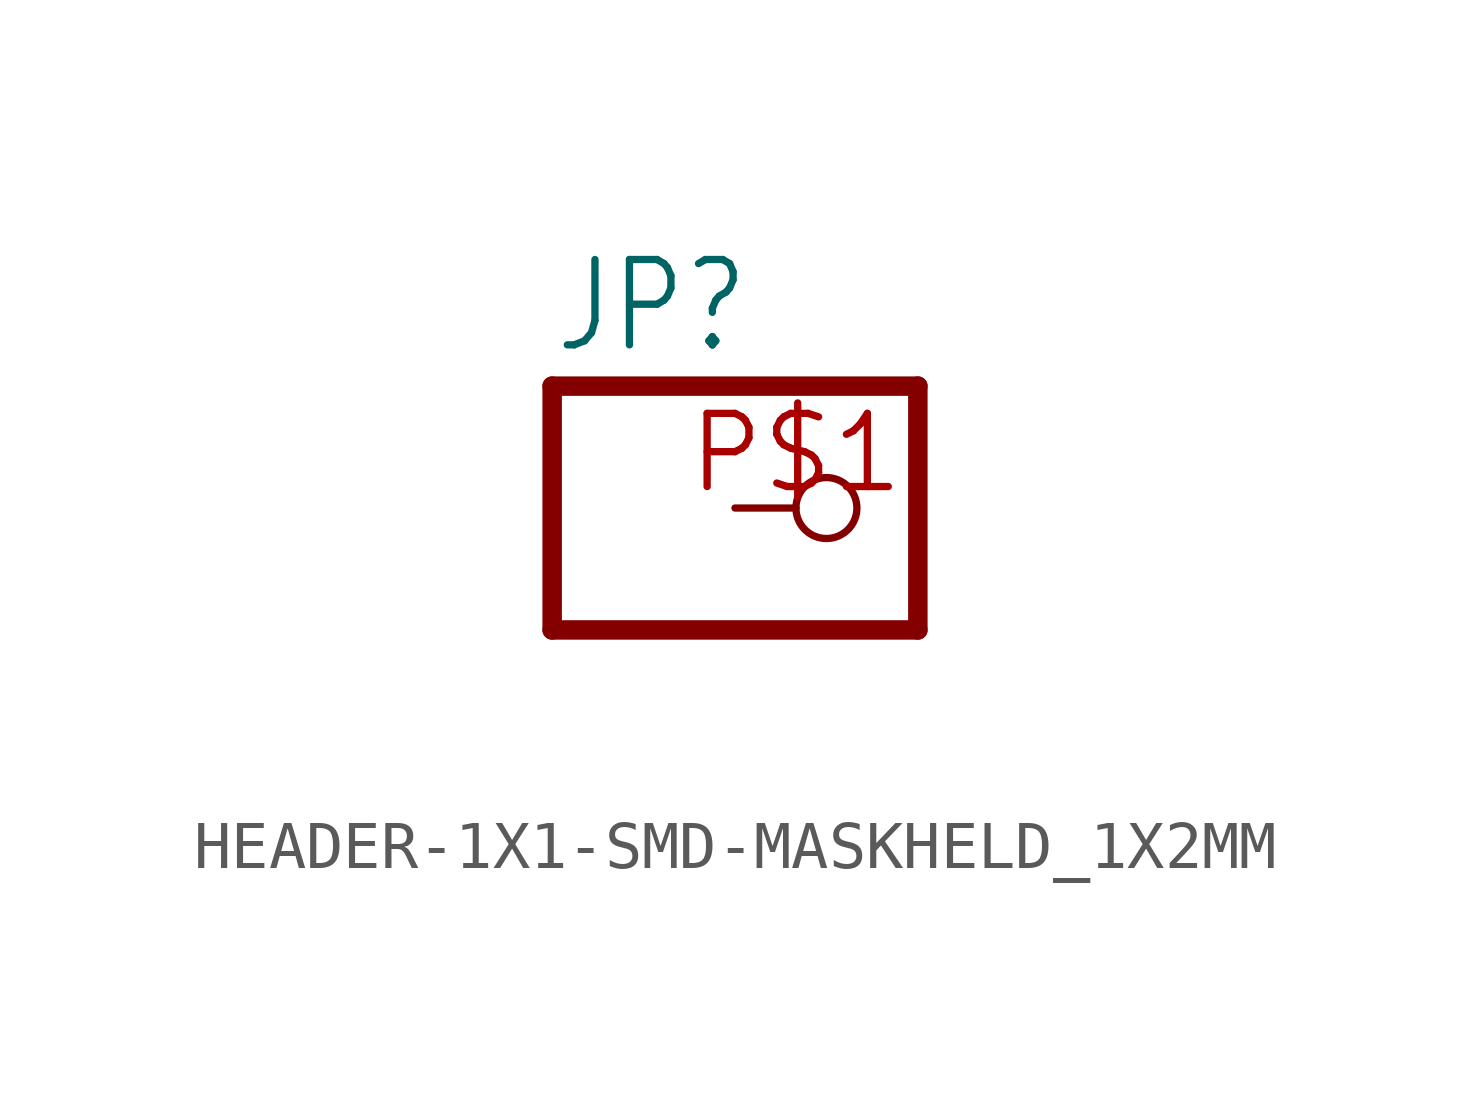
<source format=kicad_sym>
(kicad_symbol_lib
  (version 20241209)
  (generator "kicad_symbol_editor")
  (generator_version "9.0")
  (symbol "HEADER-1X1-SMD-MASKHELD_1X2MM"
    (property "Reference" "JP"
      (at -6.35 3.175 0)
      (effects (font (size 1.778 1.511)) (justify left bottom)))
    (property "Value" ""
      (at -6.35 -5.08 0)
      (effects (font (size 1.778 1.511)) (justify left bottom)))
    (property "ki_locked" ""
      (at 0 0 0)
      (effects (font (size 1.27 1.27))))
    (symbol "HEADER-1X1-SMD-MASKHELD_1X2MM_1_0"
      (polyline (pts (xy -6.35 2.54) (xy -6.35 -2.54)) (stroke (width 0.406) (type solid)) (fill (type none)))
      (polyline (pts (xy -6.35 -2.54) (xy 1.27 -2.54)) (stroke (width 0.406) (type solid)) (fill (type none)))
      (polyline (pts (xy 1.27 2.54) (xy -6.35 2.54)) (stroke (width 0.406) (type solid)) (fill (type none)))
      (polyline (pts (xy 1.27 -2.54) (xy 1.27 2.54)) (stroke (width 0.406) (type solid)) (fill (type none)))
      (pin passive inverted (at -2.54 0 0) (length 2.54) (name "1" (effects (font (size 0 0)))) (number "P$1" (effects (font (size 1.524 1.524))))))))
</source>
